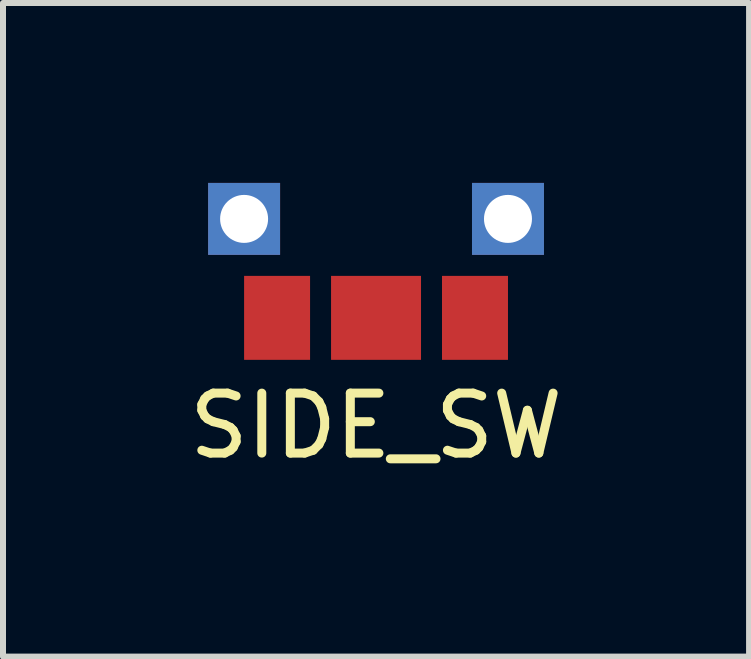
<source format=kicad_pcb>
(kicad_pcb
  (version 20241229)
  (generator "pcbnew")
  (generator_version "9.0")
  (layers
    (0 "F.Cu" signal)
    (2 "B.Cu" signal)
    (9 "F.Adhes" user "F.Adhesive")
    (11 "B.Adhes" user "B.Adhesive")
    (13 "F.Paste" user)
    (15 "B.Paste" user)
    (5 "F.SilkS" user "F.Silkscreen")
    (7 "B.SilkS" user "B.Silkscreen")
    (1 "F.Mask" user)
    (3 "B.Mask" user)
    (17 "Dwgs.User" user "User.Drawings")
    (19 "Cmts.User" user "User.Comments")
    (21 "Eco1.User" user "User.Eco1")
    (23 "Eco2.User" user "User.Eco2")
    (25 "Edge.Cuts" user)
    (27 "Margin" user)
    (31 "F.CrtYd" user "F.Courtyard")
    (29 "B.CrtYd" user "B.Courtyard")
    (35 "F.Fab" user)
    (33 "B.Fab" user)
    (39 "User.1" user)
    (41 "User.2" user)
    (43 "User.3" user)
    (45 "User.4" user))
  (footprint "SIDE_SW"
    (layer "F.Cu")
    (at 3.22 1.25)
    (property "Reference" "SIDE_SW" (at 0 2.8 0) (layer "F.SilkS") (effects (font (size 1 1) (thickness 0.15))))
    (attr through_hole)
    (pad "" thru_hole rect (at -2.2 -0.65) (size 1.2 1.2) (drill 0.8) (layers "*.Cu" "*.Mask"))
    (pad "" smd rect (at 0 1) (size 1.5 1.4) (layers "F.Cu" "F.Mask" "F.Paste"))
    (pad "" thru_hole rect (at 2.2 -0.65) (size 1.2 1.2) (drill 0.8) (layers "*.Cu" "*.Mask"))
    (pad "1" smd rect (at 1.65 1) (size 1.1 1.4) (layers "F.Cu" "F.Mask" "F.Paste"))
    (pad "2" smd rect (at -1.65 1) (size 1.1 1.4) (layers "F.Cu" "F.Mask" "F.Paste")))
  (gr_rect
    (start -3 -3)
    (end 9.44 7.898)
    (stroke (width 0.1) (type default))
    (fill no)
    (layer "Edge.Cuts")))
</source>
